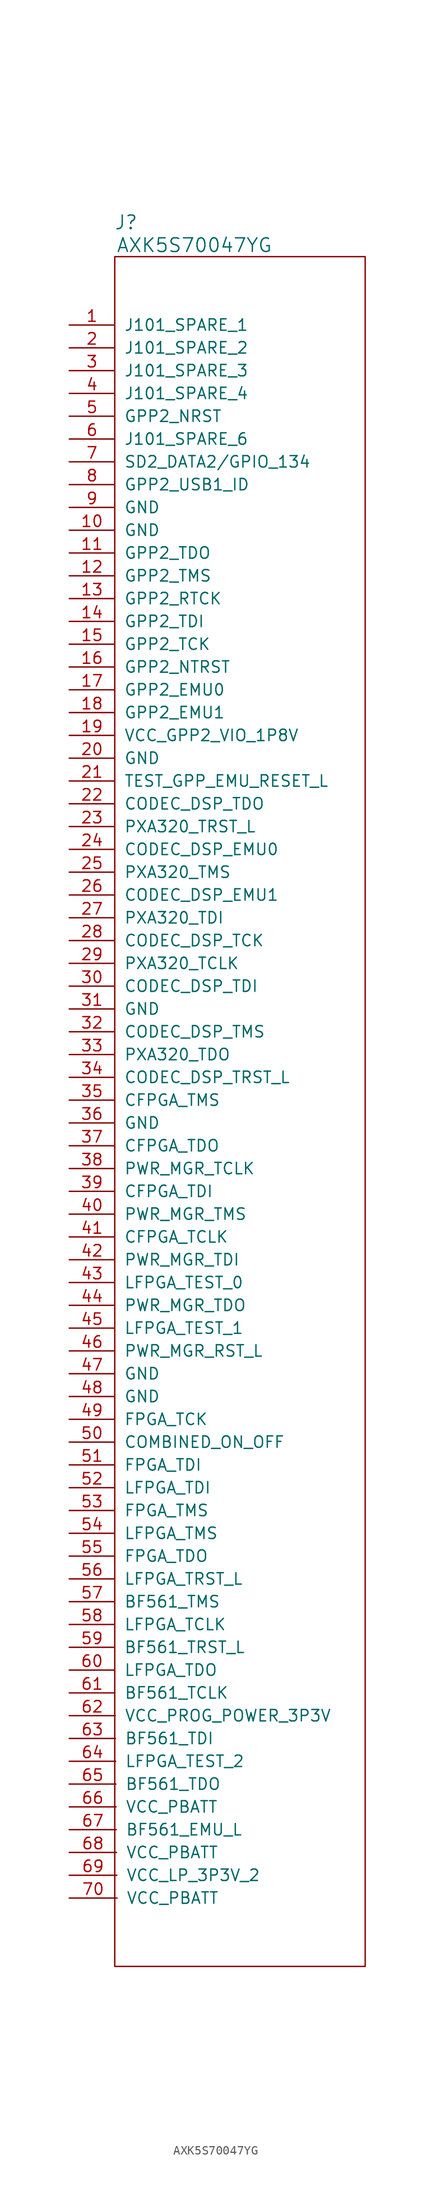
<source format=kicad_sym>
(kicad_symbol_lib
  (version 20231120)
  (generator "kicad_symbol_editor")
  (generator_version "8.0")
  (symbol "AXK5S70047YG"
    (pin_names
      (offset 1.016))
    (property "Reference" "J"
      (at -12.7 99.06 0)
      (effects (font (size 1.524 1.524))))
    (property "Value" "AXK5S70047YG"
      (at -5.08 96.52 0)
      (effects (font (size 1.524 1.524))))
    (property "Footprint" ""
      (at -1.27 -3.81 0)
      (effects (font (size 1.524 1.524))))
    (property "Datasheet" ""
      (at -1.27 -3.81 0)
      (effects (font (size 1.524 1.524))))
    (symbol "AXK5S70047YG_0_1"
      (rectangle (start -13.97 95.25) (end 13.97 -95.25) (stroke (width 0) (type default)) (fill (type none))))
    (symbol "AXK5S70047YG_1_1"
      (pin passive line (at -19.05 87.63 0) (length 5.08) (name "J101_SPARE_1" (effects (font (size 1.27 1.27)))) (number "1" (effects (font (size 1.27 1.27)))))
      (pin passive line (at -19.05 64.77 0) (length 5.08) (name "GND" (effects (font (size 1.27 1.27)))) (number "10" (effects (font (size 1.27 1.27)))))
      (pin passive line (at -19.05 62.23 0) (length 5.08) (name "GPP2_TDO" (effects (font (size 1.27 1.27)))) (number "11" (effects (font (size 1.27 1.27)))))
      (pin passive line (at -19.05 59.69 0) (length 5.08) (name "GPP2_TMS" (effects (font (size 1.27 1.27)))) (number "12" (effects (font (size 1.27 1.27)))))
      (pin passive line (at -19.05 57.15 0) (length 5.08) (name "GPP2_RTCK" (effects (font (size 1.27 1.27)))) (number "13" (effects (font (size 1.27 1.27)))))
      (pin passive line (at -19.05 54.61 0) (length 5.08) (name "GPP2_TDI" (effects (font (size 1.27 1.27)))) (number "14" (effects (font (size 1.27 1.27)))))
      (pin passive line (at -19.05 52.07 0) (length 5.08) (name "GPP2_TCK" (effects (font (size 1.27 1.27)))) (number "15" (effects (font (size 1.27 1.27)))))
      (pin passive line (at -19.05 49.53 0) (length 5.08) (name "GPP2_NTRST" (effects (font (size 1.27 1.27)))) (number "16" (effects (font (size 1.27 1.27)))))
      (pin passive line (at -19.05 46.99 0) (length 5.08) (name "GPP2_EMU0" (effects (font (size 1.27 1.27)))) (number "17" (effects (font (size 1.27 1.27)))))
      (pin passive line (at -19.05 44.45 0) (length 5.08) (name "GPP2_EMU1" (effects (font (size 1.27 1.27)))) (number "18" (effects (font (size 1.27 1.27)))))
      (pin passive line (at -19.05 41.91 0) (length 5.08) (name "VCC_GPP2_VIO_1P8V" (effects (font (size 1.27 1.27)))) (number "19" (effects (font (size 1.27 1.27)))))
      (pin passive line (at -19.05 85.09 0) (length 5.08) (name "J101_SPARE_2" (effects (font (size 1.27 1.27)))) (number "2" (effects (font (size 1.27 1.27)))))
      (pin passive line (at -19.05 39.37 0) (length 5.08) (name "GND" (effects (font (size 1.27 1.27)))) (number "20" (effects (font (size 1.27 1.27)))))
      (pin passive line (at -19.05 36.83 0) (length 5.08) (name "TEST_GPP_EMU_RESET_L" (effects (font (size 1.27 1.27)))) (number "21" (effects (font (size 1.27 1.27)))))
      (pin passive line (at -19.05 34.29 0) (length 5.08) (name "CODEC_DSP_TDO" (effects (font (size 1.27 1.27)))) (number "22" (effects (font (size 1.27 1.27)))))
      (pin passive line (at -19.05 31.75 0) (length 5.08) (name "PXA320_TRST_L" (effects (font (size 1.27 1.27)))) (number "23" (effects (font (size 1.27 1.27)))))
      (pin passive line (at -19.05 29.21 0) (length 5.08) (name "CODEC_DSP_EMU0" (effects (font (size 1.27 1.27)))) (number "24" (effects (font (size 1.27 1.27)))))
      (pin passive line (at -19.05 26.67 0) (length 5.08) (name "PXA320_TMS" (effects (font (size 1.27 1.27)))) (number "25" (effects (font (size 1.27 1.27)))))
      (pin passive line (at -19.05 24.13 0) (length 5.08) (name "CODEC_DSP_EMU1" (effects (font (size 1.27 1.27)))) (number "26" (effects (font (size 1.27 1.27)))))
      (pin passive line (at -19.05 21.59 0) (length 5.08) (name "PXA320_TDI" (effects (font (size 1.27 1.27)))) (number "27" (effects (font (size 1.27 1.27)))))
      (pin passive line (at -19.05 19.05 0) (length 5.08) (name "CODEC_DSP_TCK" (effects (font (size 1.27 1.27)))) (number "28" (effects (font (size 1.27 1.27)))))
      (pin passive line (at -19.05 16.51 0) (length 5.08) (name "PXA320_TCLK" (effects (font (size 1.27 1.27)))) (number "29" (effects (font (size 1.27 1.27)))))
      (pin passive line (at -19.05 82.55 0) (length 5.08) (name "J101_SPARE_3" (effects (font (size 1.27 1.27)))) (number "3" (effects (font (size 1.27 1.27)))))
      (pin passive line (at -19.05 13.97 0) (length 5.08) (name "CODEC_DSP_TDI" (effects (font (size 1.27 1.27)))) (number "30" (effects (font (size 1.27 1.27)))))
      (pin passive line (at -19.05 11.43 0) (length 5.08) (name "GND" (effects (font (size 1.27 1.27)))) (number "31" (effects (font (size 1.27 1.27)))))
      (pin passive line (at -19.05 8.89 0) (length 5.08) (name "CODEC_DSP_TMS" (effects (font (size 1.27 1.27)))) (number "32" (effects (font (size 1.27 1.27)))))
      (pin passive line (at -19.05 6.35 0) (length 5.08) (name "PXA320_TDO" (effects (font (size 1.27 1.27)))) (number "33" (effects (font (size 1.27 1.27)))))
      (pin passive line (at -19.05 3.81 0) (length 5.08) (name "CODEC_DSP_TRST_L" (effects (font (size 1.27 1.27)))) (number "34" (effects (font (size 1.27 1.27)))))
      (pin passive line (at -19.05 1.27 0) (length 5.08) (name "CFPGA_TMS" (effects (font (size 1.27 1.27)))) (number "35" (effects (font (size 1.27 1.27)))))
      (pin passive line (at -19.05 -1.27 0) (length 5.08) (name "GND" (effects (font (size 1.27 1.27)))) (number "36" (effects (font (size 1.27 1.27)))))
      (pin passive line (at -19.05 -3.81 0) (length 5.08) (name "CFPGA_TDO" (effects (font (size 1.27 1.27)))) (number "37" (effects (font (size 1.27 1.27)))))
      (pin passive line (at -19.05 -6.35 0) (length 5.08) (name "PWR_MGR_TCLK" (effects (font (size 1.27 1.27)))) (number "38" (effects (font (size 1.27 1.27)))))
      (pin passive line (at -19.05 -8.89 0) (length 5.08) (name "CFPGA_TDI" (effects (font (size 1.27 1.27)))) (number "39" (effects (font (size 1.27 1.27)))))
      (pin passive line (at -19.05 80.01 0) (length 5.08) (name "J101_SPARE_4" (effects (font (size 1.27 1.27)))) (number "4" (effects (font (size 1.27 1.27)))))
      (pin passive line (at -19.05 -11.43 0) (length 5.08) (name "PWR_MGR_TMS" (effects (font (size 1.27 1.27)))) (number "40" (effects (font (size 1.27 1.27)))))
      (pin passive line (at -19.05 -13.97 0) (length 5.08) (name "CFPGA_TCLK" (effects (font (size 1.27 1.27)))) (number "41" (effects (font (size 1.27 1.27)))))
      (pin passive line (at -19.05 -16.51 0) (length 5.08) (name "PWR_MGR_TDI" (effects (font (size 1.27 1.27)))) (number "42" (effects (font (size 1.27 1.27)))))
      (pin passive line (at -19.05 -19.05 0) (length 5.08) (name "LFPGA_TEST_0" (effects (font (size 1.27 1.27)))) (number "43" (effects (font (size 1.27 1.27)))))
      (pin passive line (at -19.05 -21.59 0) (length 5.08) (name "PWR_MGR_TDO" (effects (font (size 1.27 1.27)))) (number "44" (effects (font (size 1.27 1.27)))))
      (pin passive line (at -19.05 -24.13 0) (length 5.08) (name "LFPGA_TEST_1" (effects (font (size 1.27 1.27)))) (number "45" (effects (font (size 1.27 1.27)))))
      (pin passive line (at -19.05 -26.67 0) (length 5.08) (name "PWR_MGR_RST_L" (effects (font (size 1.27 1.27)))) (number "46" (effects (font (size 1.27 1.27)))))
      (pin passive line (at -19.05 -29.21 0) (length 5.08) (name "GND" (effects (font (size 1.27 1.27)))) (number "47" (effects (font (size 1.27 1.27)))))
      (pin passive line (at -19.05 -31.75 0) (length 5.08) (name "GND" (effects (font (size 1.27 1.27)))) (number "48" (effects (font (size 1.27 1.27)))))
      (pin passive line (at -19.05 -34.29 0) (length 5.08) (name "FPGA_TCK" (effects (font (size 1.27 1.27)))) (number "49" (effects (font (size 1.27 1.27)))))
      (pin passive line (at -19.05 77.47 0) (length 5.08) (name "GPP2_NRST" (effects (font (size 1.27 1.27)))) (number "5" (effects (font (size 1.27 1.27)))))
      (pin passive line (at -19.05 -36.83 0) (length 5.08) (name "COMBINED_ON_OFF" (effects (font (size 1.27 1.27)))) (number "50" (effects (font (size 1.27 1.27)))))
      (pin passive line (at -19.05 -39.37 0) (length 5.08) (name "FPGA_TDI" (effects (font (size 1.27 1.27)))) (number "51" (effects (font (size 1.27 1.27)))))
      (pin passive line (at -19.05 -41.91 0) (length 5.08) (name "LFPGA_TDI" (effects (font (size 1.27 1.27)))) (number "52" (effects (font (size 1.27 1.27)))))
      (pin passive line (at -19.05 -44.45 0) (length 5.08) (name "FPGA_TMS" (effects (font (size 1.27 1.27)))) (number "53" (effects (font (size 1.27 1.27)))))
      (pin passive line (at -19.05 -46.99 0) (length 5.08) (name "LFPGA_TMS" (effects (font (size 1.27 1.27)))) (number "54" (effects (font (size 1.27 1.27)))))
      (pin passive line (at -19.05 -49.53 0) (length 5.08) (name "FPGA_TDO" (effects (font (size 1.27 1.27)))) (number "55" (effects (font (size 1.27 1.27)))))
      (pin passive line (at -19.05 -52.07 0) (length 5.08) (name "LFPGA_TRST_L" (effects (font (size 1.27 1.27)))) (number "56" (effects (font (size 1.27 1.27)))))
      (pin passive line (at -19.05 -54.61 0) (length 5.08) (name "BF561_TMS" (effects (font (size 1.27 1.27)))) (number "57" (effects (font (size 1.27 1.27)))))
      (pin passive line (at -19.05 -57.15 0) (length 5.08) (name "LFPGA_TCLK" (effects (font (size 1.27 1.27)))) (number "58" (effects (font (size 1.27 1.27)))))
      (pin passive line (at -19.05 -59.69 0) (length 5.08) (name "BF561_TRST_L" (effects (font (size 1.27 1.27)))) (number "59" (effects (font (size 1.27 1.27)))))
      (pin passive line (at -19.05 74.93 0) (length 5.08) (name "J101_SPARE_6" (effects (font (size 1.27 1.27)))) (number "6" (effects (font (size 1.27 1.27)))))
      (pin passive line (at -19.05 -62.23 0) (length 5.08) (name "LFPGA_TDO" (effects (font (size 1.27 1.27)))) (number "60" (effects (font (size 1.27 1.27)))))
      (pin passive line (at -19.05 -64.77 0) (length 5.105) (name "BF561_TCLK" (effects (font (size 1.27 1.27)))) (number "61" (effects (font (size 1.27 1.27)))))
      (pin passive line (at -19.05 -67.31 0) (length 5.131) (name "VCC_PROG_POWER_3P3V" (effects (font (size 1.27 1.27)))) (number "62" (effects (font (size 1.27 1.27)))))
      (pin passive line (at -19.05 -69.85 0) (length 5.156) (name "BF561_TDI" (effects (font (size 1.27 1.27)))) (number "63" (effects (font (size 1.27 1.27)))))
      (pin passive line (at -19.05 -72.39 0) (length 5.182) (name "LFPGA_TEST_2" (effects (font (size 1.27 1.27)))) (number "64" (effects (font (size 1.27 1.27)))))
      (pin passive line (at -19.05 -74.93 0) (length 5.207) (name "BF561_TDO" (effects (font (size 1.27 1.27)))) (number "65" (effects (font (size 1.27 1.27)))))
      (pin passive line (at -19.05 -77.47 0) (length 5.232) (name "VCC_PBATT" (effects (font (size 1.27 1.27)))) (number "66" (effects (font (size 1.27 1.27)))))
      (pin passive line (at -19.05 -80.01 0) (length 5.258) (name "BF561_EMU_L" (effects (font (size 1.27 1.27)))) (number "67" (effects (font (size 1.27 1.27)))))
      (pin passive line (at -19.05 -82.55 0) (length 5.283) (name "VCC_PBATT" (effects (font (size 1.27 1.27)))) (number "68" (effects (font (size 1.27 1.27)))))
      (pin passive line (at -19.05 -85.09 0) (length 5.309) (name "VCC_LP_3P3V_2" (effects (font (size 1.27 1.27)))) (number "69" (effects (font (size 1.27 1.27)))))
      (pin passive line (at -19.05 72.39 0) (length 5.08) (name "SD2_DATA2/GPIO_134" (effects (font (size 1.27 1.27)))) (number "7" (effects (font (size 1.27 1.27)))))
      (pin passive line (at -19.05 -87.63 0) (length 5.334) (name "VCC_PBATT" (effects (font (size 1.27 1.27)))) (number "70" (effects (font (size 1.27 1.27)))))
      (pin passive line (at -19.05 69.85 0) (length 5.08) (name "GPP2_USB1_ID" (effects (font (size 1.27 1.27)))) (number "8" (effects (font (size 1.27 1.27)))))
      (pin passive line (at -19.05 67.31 0) (length 5.08) (name "GND" (effects (font (size 1.27 1.27)))) (number "9" (effects (font (size 1.27 1.27))))))))
</source>
